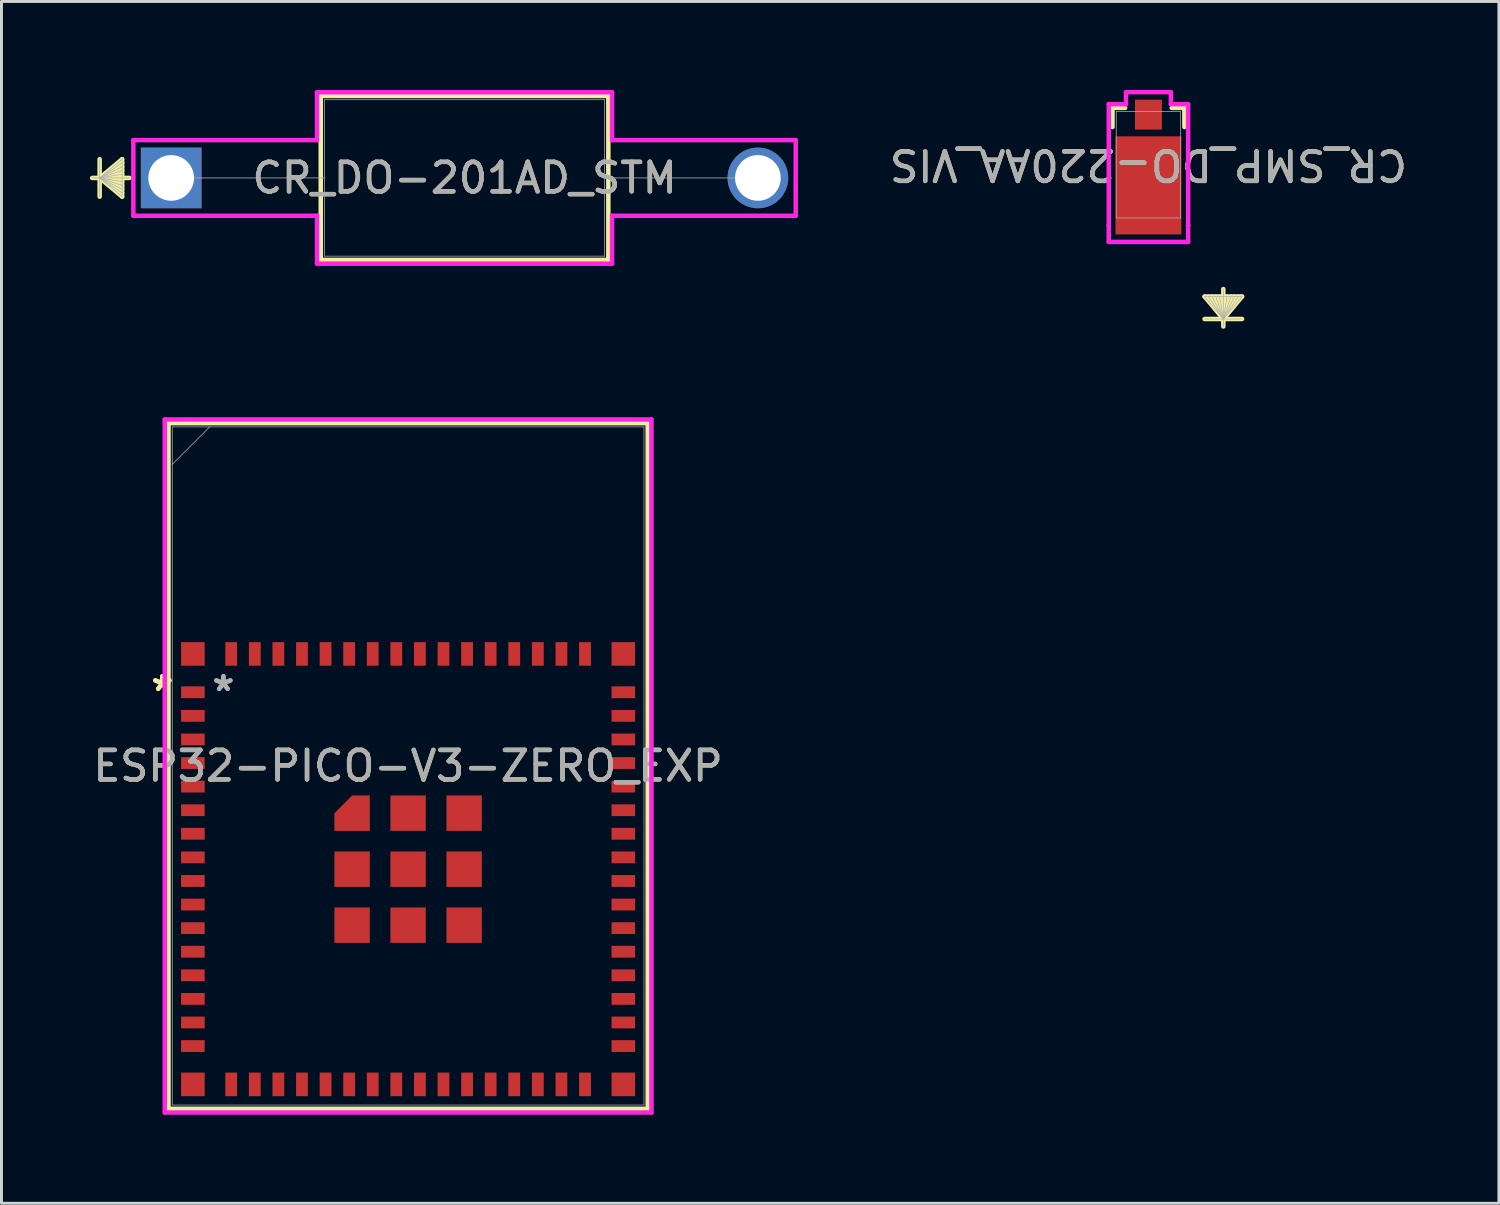
<source format=kicad_pcb>
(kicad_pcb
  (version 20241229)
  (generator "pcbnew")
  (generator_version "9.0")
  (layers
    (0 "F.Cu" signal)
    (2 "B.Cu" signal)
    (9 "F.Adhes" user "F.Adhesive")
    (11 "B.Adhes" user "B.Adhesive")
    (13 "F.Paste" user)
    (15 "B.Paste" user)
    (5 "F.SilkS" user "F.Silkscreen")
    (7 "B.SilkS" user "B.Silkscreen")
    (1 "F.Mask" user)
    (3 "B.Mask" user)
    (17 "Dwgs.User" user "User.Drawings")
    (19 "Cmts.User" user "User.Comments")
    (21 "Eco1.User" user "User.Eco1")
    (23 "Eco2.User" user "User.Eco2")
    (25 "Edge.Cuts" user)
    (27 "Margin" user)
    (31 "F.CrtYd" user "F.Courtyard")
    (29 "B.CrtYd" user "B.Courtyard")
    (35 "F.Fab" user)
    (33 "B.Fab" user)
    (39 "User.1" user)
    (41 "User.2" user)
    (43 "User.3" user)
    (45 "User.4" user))
  (footprint "CR_SMP_DO-220AA_VIS"
    (layer "F.Cu")
    (at 35.902 2.69)
    (property "Reference" "CR_SMP_DO-220AA_VIS" (at 0 -0.15 180) (unlocked yes) (layer "F.SilkS") (effects (font (size 1 1) (thickness 0.15))))
    (attr smd)
    (fp_line (start -1.219 -2.08) (end -1.219 -1.432) (stroke (width 0.152) (type solid)) (layer "F.SilkS"))
    (fp_line (start -0.79 -2.08) (end -1.219 -2.08) (stroke (width 0.152) (type solid)) (layer "F.SilkS"))
    (fp_line (start 1.219 -2.08) (end 0.79 -2.08) (stroke (width 0.152) (type solid)) (layer "F.SilkS"))
    (fp_line (start 1.219 -1.432) (end 1.219 -2.08) (stroke (width 0.152) (type solid)) (layer "F.SilkS"))
    (fp_line (start 1.905 4.318) (end 3.175 4.318) (stroke (width 0.152) (type solid)) (layer "F.SilkS"))
    (fp_line (start 1.905 5.08) (end 3.175 5.08) (stroke (width 0.152) (type solid)) (layer "F.SilkS"))
    (fp_line (start 2.54 4.064) (end 2.54 5.334) (stroke (width 0.152) (type solid)) (layer "F.SilkS"))
    (fp_line (start 2.54 5.08) (end 1.905 4.318) (stroke (width 0.152) (type solid)) (layer "F.SilkS"))
    (fp_line (start 2.54 5.08) (end 2.032 4.318) (stroke (width 0.152) (type solid)) (layer "F.SilkS"))
    (fp_line (start 2.54 5.08) (end 2.159 4.318) (stroke (width 0.152) (type solid)) (layer "F.SilkS"))
    (fp_line (start 2.54 5.08) (end 2.286 4.318) (stroke (width 0.152) (type solid)) (layer "F.SilkS"))
    (fp_line (start 2.54 5.08) (end 2.413 4.318) (stroke (width 0.152) (type solid)) (layer "F.SilkS"))
    (fp_line (start 2.54 5.08) (end 2.667 4.318) (stroke (width 0.152) (type solid)) (layer "F.SilkS"))
    (fp_line (start 2.54 5.08) (end 2.794 4.318) (stroke (width 0.152) (type solid)) (layer "F.SilkS"))
    (fp_line (start 2.54 5.08) (end 2.921 4.318) (stroke (width 0.152) (type solid)) (layer "F.SilkS"))
    (fp_line (start 2.54 5.08) (end 3.048 4.318) (stroke (width 0.152) (type solid)) (layer "F.SilkS"))
    (fp_line (start 2.54 5.08) (end 3.175 4.318) (stroke (width 0.152) (type solid)) (layer "F.SilkS"))
    (fp_line (start -1.346 -2.207) (end -0.762 -2.207) (stroke (width 0.152) (type solid)) (layer "F.CrtYd"))
    (fp_line (start -1.346 1.907) (end -1.346 -2.207) (stroke (width 0.152) (type solid)) (layer "F.CrtYd"))
    (fp_line (start -1.346 1.907) (end -1.346 1.907) (stroke (width 0.152) (type solid)) (layer "F.CrtYd"))
    (fp_line (start -1.346 2.466) (end -1.346 1.907) (stroke (width 0.152) (type solid)) (layer "F.CrtYd"))
    (fp_line (start -0.762 -2.207) (end -0.762 -2.614) (stroke (width 0.152) (type solid)) (layer "F.CrtYd"))
    (fp_line (start 0.762 -2.614) (end -0.762 -2.614) (stroke (width 0.152) (type solid)) (layer "F.CrtYd"))
    (fp_line (start 0.762 -2.207) (end 0.762 -2.614) (stroke (width 0.152) (type solid)) (layer "F.CrtYd"))
    (fp_line (start 0.762 -2.207) (end 1.346 -2.207) (stroke (width 0.152) (type solid)) (layer "F.CrtYd"))
    (fp_line (start 1.346 -2.207) (end 1.346 1.907) (stroke (width 0.152) (type solid)) (layer "F.CrtYd"))
    (fp_line (start 1.346 1.907) (end 1.346 1.907) (stroke (width 0.152) (type solid)) (layer "F.CrtYd"))
    (fp_line (start 1.346 2.466) (end -1.346 2.466) (stroke (width 0.152) (type solid)) (layer "F.CrtYd"))
    (fp_line (start 1.346 2.466) (end 1.346 1.907) (stroke (width 0.152) (type solid)) (layer "F.CrtYd"))
    (fp_line (start -1.092 -1.953) (end -1.092 1.653) (stroke (width 0.025) (type solid)) (layer "F.Fab"))
    (fp_line (start -1.092 1.653) (end 1.092 1.653) (stroke (width 0.025) (type solid)) (layer "F.Fab"))
    (fp_line (start 1.092 -1.953) (end -1.092 -1.953) (stroke (width 0.025) (type solid)) (layer "F.Fab"))
    (fp_line (start 1.092 1.653) (end 1.092 -1.953) (stroke (width 0.025) (type solid)) (layer "F.Fab"))
    (fp_line (start 1.905 4.318) (end 3.175 4.318) (stroke (width 0.025) (type solid)) (layer "F.Fab"))
    (fp_line (start 1.905 5.08) (end 3.175 5.08) (stroke (width 0.025) (type solid)) (layer "F.Fab"))
    (fp_line (start 2.54 4.064) (end 2.54 5.334) (stroke (width 0.025) (type solid)) (layer "F.Fab"))
    (fp_line (start 2.54 5.08) (end 1.905 4.318) (stroke (width 0.025) (type solid)) (layer "F.Fab"))
    (fp_line (start 2.54 5.08) (end 2.032 4.318) (stroke (width 0.025) (type solid)) (layer "F.Fab"))
    (fp_line (start 2.54 5.08) (end 2.159 4.318) (stroke (width 0.025) (type solid)) (layer "F.Fab"))
    (fp_line (start 2.54 5.08) (end 2.286 4.318) (stroke (width 0.025) (type solid)) (layer "F.Fab"))
    (fp_line (start 2.54 5.08) (end 2.413 4.318) (stroke (width 0.025) (type solid)) (layer "F.Fab"))
    (fp_line (start 2.54 5.08) (end 2.667 4.318) (stroke (width 0.025) (type solid)) (layer "F.Fab"))
    (fp_line (start 2.54 5.08) (end 2.794 4.318) (stroke (width 0.025) (type solid)) (layer "F.Fab"))
    (fp_line (start 2.54 5.08) (end 2.921 4.318) (stroke (width 0.025) (type solid)) (layer "F.Fab"))
    (fp_line (start 2.54 5.08) (end 3.048 4.318) (stroke (width 0.025) (type solid)) (layer "F.Fab"))
    (fp_line (start 2.54 5.08) (end 3.175 4.318) (stroke (width 0.025) (type solid)) (layer "F.Fab"))
    (fp_text user "${REFERENCE}" (at 0 -0.15 180) (unlocked yes) (layer "F.Fab") (effects (font (size 1 1) (thickness 0.15))))
    (pad "1" smd rect (at 0 -1.852 270) (size 1.016 0.914) (layers "F.Cu" "F.Mask" "F.Paste"))
    (pad "2" smd rect (at 0 0.548 270) (size 3.327 2.235) (layers "F.Cu" "F.Mask" "F.Paste")))
  (footprint "CR_DO-201AD_STM"
    (layer "F.Cu")
    (at 2.756 2.985)
    (property "Reference" "CR_DO-201AD_STM" (at 9.95 0 0) (unlocked yes) (layer "F.SilkS") (effects (font (size 1 1) (thickness 0.15))))
    (attr through_hole)
    (fp_line (start -2.426 -0.635) (end -2.426 0.635) (stroke (width 0.152) (type solid)) (layer "F.SilkS"))
    (fp_line (start -2.426 0) (end -1.664 -0.635) (stroke (width 0.152) (type solid)) (layer "F.SilkS"))
    (fp_line (start -2.426 0) (end -1.664 -0.508) (stroke (width 0.152) (type solid)) (layer "F.SilkS"))
    (fp_line (start -2.426 0) (end -1.664 -0.381) (stroke (width 0.152) (type solid)) (layer "F.SilkS"))
    (fp_line (start -2.426 0) (end -1.664 -0.254) (stroke (width 0.152) (type solid)) (layer "F.SilkS"))
    (fp_line (start -2.426 0) (end -1.664 -0.127) (stroke (width 0.152) (type solid)) (layer "F.SilkS"))
    (fp_line (start -2.426 0) (end -1.664 0.127) (stroke (width 0.152) (type solid)) (layer "F.SilkS"))
    (fp_line (start -2.426 0) (end -1.664 0.254) (stroke (width 0.152) (type solid)) (layer "F.SilkS"))
    (fp_line (start -2.426 0) (end -1.664 0.381) (stroke (width 0.152) (type solid)) (layer "F.SilkS"))
    (fp_line (start -2.426 0) (end -1.664 0.508) (stroke (width 0.152) (type solid)) (layer "F.SilkS"))
    (fp_line (start -2.426 0) (end -1.664 0.635) (stroke (width 0.152) (type solid)) (layer "F.SilkS"))
    (fp_line (start -1.664 -0.635) (end -1.664 0.635) (stroke (width 0.152) (type solid)) (layer "F.SilkS"))
    (fp_line (start -1.41 0) (end -2.68 0) (stroke (width 0.152) (type solid)) (layer "F.SilkS"))
    (fp_line (start 5.073 -2.781) (end 5.073 2.781) (stroke (width 0.152) (type solid)) (layer "F.SilkS"))
    (fp_line (start 5.073 2.781) (end 14.827 2.781) (stroke (width 0.152) (type solid)) (layer "F.SilkS"))
    (fp_line (start 14.827 -2.781) (end 5.073 -2.781) (stroke (width 0.152) (type solid)) (layer "F.SilkS"))
    (fp_line (start 14.827 2.781) (end 14.827 -2.781) (stroke (width 0.152) (type solid)) (layer "F.SilkS"))
    (fp_line (start -1.283 -1.283) (end 4.946 -1.283) (stroke (width 0.152) (type solid)) (layer "F.CrtYd"))
    (fp_line (start -1.283 1.283) (end -1.283 -1.283) (stroke (width 0.152) (type solid)) (layer "F.CrtYd"))
    (fp_line (start 4.946 -2.908) (end 14.954 -2.908) (stroke (width 0.152) (type solid)) (layer "F.CrtYd"))
    (fp_line (start 4.946 -1.283) (end 4.946 -2.908) (stroke (width 0.152) (type solid)) (layer "F.CrtYd"))
    (fp_line (start 4.946 1.283) (end -1.283 1.283) (stroke (width 0.152) (type solid)) (layer "F.CrtYd"))
    (fp_line (start 4.946 2.908) (end 4.946 1.283) (stroke (width 0.152) (type solid)) (layer "F.CrtYd"))
    (fp_line (start 14.954 -2.908) (end 14.954 -1.283) (stroke (width 0.152) (type solid)) (layer "F.CrtYd"))
    (fp_line (start 14.954 -1.283) (end 21.183 -1.283) (stroke (width 0.152) (type solid)) (layer "F.CrtYd"))
    (fp_line (start 14.954 1.283) (end 14.954 2.908) (stroke (width 0.152) (type solid)) (layer "F.CrtYd"))
    (fp_line (start 14.954 2.908) (end 4.946 2.908) (stroke (width 0.152) (type solid)) (layer "F.CrtYd"))
    (fp_line (start 21.183 -1.283) (end 21.183 1.283) (stroke (width 0.152) (type solid)) (layer "F.CrtYd"))
    (fp_line (start 21.183 1.283) (end 14.954 1.283) (stroke (width 0.152) (type solid)) (layer "F.CrtYd"))
    (fp_line (start -2.426 -0.635) (end -2.426 0.635) (stroke (width 0.025) (type solid)) (layer "F.Fab"))
    (fp_line (start -2.426 0) (end -1.664 -0.635) (stroke (width 0.025) (type solid)) (layer "F.Fab"))
    (fp_line (start -2.426 0) (end -1.664 -0.508) (stroke (width 0.025) (type solid)) (layer "F.Fab"))
    (fp_line (start -2.426 0) (end -1.664 -0.381) (stroke (width 0.025) (type solid)) (layer "F.Fab"))
    (fp_line (start -2.426 0) (end -1.664 -0.254) (stroke (width 0.025) (type solid)) (layer "F.Fab"))
    (fp_line (start -2.426 0) (end -1.664 -0.127) (stroke (width 0.025) (type solid)) (layer "F.Fab"))
    (fp_line (start -2.426 0) (end -1.664 0.127) (stroke (width 0.025) (type solid)) (layer "F.Fab"))
    (fp_line (start -2.426 0) (end -1.664 0.254) (stroke (width 0.025) (type solid)) (layer "F.Fab"))
    (fp_line (start -2.426 0) (end -1.664 0.381) (stroke (width 0.025) (type solid)) (layer "F.Fab"))
    (fp_line (start -2.426 0) (end -1.664 0.508) (stroke (width 0.025) (type solid)) (layer "F.Fab"))
    (fp_line (start -2.426 0) (end -1.664 0.635) (stroke (width 0.025) (type solid)) (layer "F.Fab"))
    (fp_line (start -1.664 -0.635) (end -1.664 0.635) (stroke (width 0.025) (type solid)) (layer "F.Fab"))
    (fp_line (start -1.41 0) (end -2.68 0) (stroke (width 0.025) (type solid)) (layer "F.Fab"))
    (fp_line (start 0 0) (end 5.2 0) (stroke (width 0.025) (type solid)) (layer "F.Fab"))
    (fp_line (start 5.2 -2.654) (end 5.2 2.654) (stroke (width 0.025) (type solid)) (layer "F.Fab"))
    (fp_line (start 5.2 2.654) (end 14.7 2.654) (stroke (width 0.025) (type solid)) (layer "F.Fab"))
    (fp_line (start 14.7 -2.654) (end 5.2 -2.654) (stroke (width 0.025) (type solid)) (layer "F.Fab"))
    (fp_line (start 14.7 2.654) (end 14.7 -2.654) (stroke (width 0.025) (type solid)) (layer "F.Fab"))
    (fp_line (start 19.9 0) (end 14.7 0) (stroke (width 0.025) (type solid)) (layer "F.Fab"))
    (fp_text user "${REFERENCE}" (at 9.95 0 0) (unlocked yes) (layer "F.Fab") (effects (font (size 1 1) (thickness 0.15))))
    (pad "1" thru_hole rect (at 0 0) (size 2.057 2.057) (drill 1.549) (layers "*.Cu" "*.Mask"))
    (pad "2" thru_hole circle (at 19.9 0) (size 2.057 2.057) (drill 1.549) (layers "*.Cu" "*.Mask")))
  (footprint "ESP32-PICO-V3-ZERO_EXP"
    (layer "F.Cu")
    (at 10.792 22.93)
    (property "Reference" "ESP32-PICO-V3-ZERO_EXP" (at 0 0 0) (unlocked yes) (layer "F.SilkS") (effects (font (size 1 1) (thickness 0.15))))
    (attr smd)
    (fp_poly (pts (xy -1.9 1) (xy -1.3 1) (xy -1.3 2.2) (xy -2.5 2.2) (xy -2.5 1.6)) (stroke (width 0) (type solid)) (fill yes) (layer "F.Cu"))
    (fp_poly (pts (xy -1.9 1) (xy -1.3 1) (xy -1.3 2.2) (xy -2.5 2.2) (xy -2.5 1.6)) (stroke (width 0) (type solid)) (fill yes) (layer "F.Mask"))
    (fp_line (start -8.127 -11.627) (end 8.127 -11.627) (stroke (width 0.152) (type solid)) (layer "F.SilkS"))
    (fp_line (start -8.127 11.627) (end -8.127 -11.627) (stroke (width 0.152) (type solid)) (layer "F.SilkS"))
    (fp_line (start 8.127 -11.627) (end 8.127 11.627) (stroke (width 0.152) (type solid)) (layer "F.SilkS"))
    (fp_line (start 8.127 11.627) (end -8.127 11.627) (stroke (width 0.152) (type solid)) (layer "F.SilkS"))
    (fp_poly (pts (xy -1.9 1) (xy -1.3 1) (xy -1.3 2.2) (xy -2.5 2.2) (xy -2.5 1.6)) (stroke (width 0) (type solid)) (fill yes) (layer "F.Paste"))
    (fp_line (start -8.254 -11.754) (end -8.254 11.754) (stroke (width 0.152) (type solid)) (layer "F.CrtYd"))
    (fp_line (start -8.254 11.754) (end 8.254 11.754) (stroke (width 0.152) (type solid)) (layer "F.CrtYd"))
    (fp_line (start 8.254 -11.754) (end -8.254 -11.754) (stroke (width 0.152) (type solid)) (layer "F.CrtYd"))
    (fp_line (start 8.254 11.754) (end 8.254 -11.754) (stroke (width 0.152) (type solid)) (layer "F.CrtYd"))
    (fp_line (start -8 -11.5) (end -8 11.5) (stroke (width 0.025) (type solid)) (layer "F.Fab"))
    (fp_line (start -8 -10.23) (end -6.73 -11.5) (stroke (width 0.025) (type solid)) (layer "F.Fab"))
    (fp_line (start -8 11.5) (end 8 11.5) (stroke (width 0.025) (type solid)) (layer "F.Fab"))
    (fp_line (start 8 -11.5) (end -8 -11.5) (stroke (width 0.025) (type solid)) (layer "F.Fab"))
    (fp_line (start 8 11.5) (end 8 -11.5) (stroke (width 0.025) (type solid)) (layer "F.Fab"))
    (fp_text user "*" (at -8.335 -2.5 0) (layer "F.SilkS") (effects (font (size 1 1) (thickness 0.15))))
    (fp_text user "*" (at -8.335 -2.5 0) (unlocked yes) (layer "F.SilkS") (effects (font (size 1 1) (thickness 0.15))))
    (fp_text user "*" (at -6.265 -2.5 0) (layer "F.Fab") (effects (font (size 1 1) (thickness 0.15))))
    (fp_text user "*" (at -6.265 -2.5 0) (unlocked yes) (layer "F.Fab") (effects (font (size 1 1) (thickness 0.15))))
    (fp_text user "${REFERENCE}" (at 0 0 0) (unlocked yes) (layer "F.Fab") (effects (font (size 1 1) (thickness 0.15))))
    (pad "1" smd rect (at -7.3 -2.5) (size 0.8 0.4) (layers "F.Cu" "F.Mask" "F.Paste"))
    (pad "2" smd rect (at -7.3 -1.7) (size 0.8 0.4) (layers "F.Cu" "F.Mask" "F.Paste"))
    (pad "3" smd rect (at -7.3 -0.9) (size 0.8 0.4) (layers "F.Cu" "F.Mask" "F.Paste"))
    (pad "4" smd rect (at -7.3 -0.1) (size 0.8 0.4) (layers "F.Cu" "F.Mask" "F.Paste"))
    (pad "5" smd rect (at -7.3 0.7) (size 0.8 0.4) (layers "F.Cu" "F.Mask" "F.Paste"))
    (pad "6" smd rect (at -7.3 1.5) (size 0.8 0.4) (layers "F.Cu" "F.Mask" "F.Paste"))
    (pad "7" smd rect (at -7.3 2.3) (size 0.8 0.4) (layers "F.Cu" "F.Mask" "F.Paste"))
    (pad "8" smd rect (at -7.3 3.1) (size 0.8 0.4) (layers "F.Cu" "F.Mask" "F.Paste"))
    (pad "9" smd rect (at -7.3 3.9) (size 0.8 0.4) (layers "F.Cu" "F.Mask" "F.Paste"))
    (pad "10" smd rect (at -7.3 4.7) (size 0.8 0.4) (layers "F.Cu" "F.Mask" "F.Paste"))
    (pad "11" smd rect (at -7.3 5.5) (size 0.8 0.4) (layers "F.Cu" "F.Mask" "F.Paste"))
    (pad "12" smd rect (at -7.3 6.3) (size 0.8 0.4) (layers "F.Cu" "F.Mask" "F.Paste"))
    (pad "13" smd rect (at -7.3 7.1) (size 0.8 0.4) (layers "F.Cu" "F.Mask" "F.Paste"))
    (pad "14" smd rect (at -7.3 7.9) (size 0.8 0.4) (layers "F.Cu" "F.Mask" "F.Paste"))
    (pad "15" smd rect (at -7.3 8.7) (size 0.8 0.4) (layers "F.Cu" "F.Mask" "F.Paste"))
    (pad "16" smd rect (at -7.3 9.5) (size 0.8 0.4) (layers "F.Cu" "F.Mask" "F.Paste"))
    (pad "17" smd rect (at -6 10.8 90) (size 0.8 0.4) (layers "F.Cu" "F.Mask" "F.Paste"))
    (pad "18" smd rect (at -5.2 10.8 90) (size 0.8 0.4) (layers "F.Cu" "F.Mask" "F.Paste"))
    (pad "19" smd rect (at -4.4 10.8 90) (size 0.8 0.4) (layers "F.Cu" "F.Mask" "F.Paste"))
    (pad "20" smd rect (at -3.6 10.8 90) (size 0.8 0.4) (layers "F.Cu" "F.Mask" "F.Paste"))
    (pad "21" smd rect (at -2.8 10.8 90) (size 0.8 0.4) (layers "F.Cu" "F.Mask" "F.Paste"))
    (pad "22" smd rect (at -2 10.8 90) (size 0.8 0.4) (layers "F.Cu" "F.Mask" "F.Paste"))
    (pad "23" smd rect (at -1.2 10.8 90) (size 0.8 0.4) (layers "F.Cu" "F.Mask" "F.Paste"))
    (pad "24" smd rect (at -0.4 10.8 90) (size 0.8 0.4) (layers "F.Cu" "F.Mask" "F.Paste"))
    (pad "25" smd rect (at 0.4 10.8 90) (size 0.8 0.4) (layers "F.Cu" "F.Mask" "F.Paste"))
    (pad "26" smd rect (at 1.2 10.8 90) (size 0.8 0.4) (layers "F.Cu" "F.Mask" "F.Paste"))
    (pad "27" smd rect (at 2 10.8 90) (size 0.8 0.4) (layers "F.Cu" "F.Mask" "F.Paste"))
    (pad "28" smd rect (at 2.8 10.8 90) (size 0.8 0.4) (layers "F.Cu" "F.Mask" "F.Paste"))
    (pad "29" smd rect (at 3.6 10.8 90) (size 0.8 0.4) (layers "F.Cu" "F.Mask" "F.Paste"))
    (pad "30" smd rect (at 4.4 10.8 90) (size 0.8 0.4) (layers "F.Cu" "F.Mask" "F.Paste"))
    (pad "31" smd rect (at 5.2 10.8 90) (size 0.8 0.4) (layers "F.Cu" "F.Mask" "F.Paste"))
    (pad "32" smd rect (at 6 10.8 90) (size 0.8 0.4) (layers "F.Cu" "F.Mask" "F.Paste"))
    (pad "33" smd rect (at 7.3 9.5) (size 0.8 0.4) (layers "F.Cu" "F.Mask" "F.Paste"))
    (pad "34" smd rect (at 7.3 8.7) (size 0.8 0.4) (layers "F.Cu" "F.Mask" "F.Paste"))
    (pad "35" smd rect (at 7.3 7.9) (size 0.8 0.4) (layers "F.Cu" "F.Mask" "F.Paste"))
    (pad "36" smd rect (at 7.3 7.1) (size 0.8 0.4) (layers "F.Cu" "F.Mask" "F.Paste"))
    (pad "37" smd rect (at 7.3 6.3) (size 0.8 0.4) (layers "F.Cu" "F.Mask" "F.Paste"))
    (pad "38" smd rect (at 7.3 5.5) (size 0.8 0.4) (layers "F.Cu" "F.Mask" "F.Paste"))
    (pad "39" smd rect (at 7.3 4.7) (size 0.8 0.4) (layers "F.Cu" "F.Mask" "F.Paste"))
    (pad "40" smd rect (at 7.3 3.9) (size 0.8 0.4) (layers "F.Cu" "F.Mask" "F.Paste"))
    (pad "41" smd rect (at 7.3 3.1) (size 0.8 0.4) (layers "F.Cu" "F.Mask" "F.Paste"))
    (pad "42" smd rect (at 7.3 2.3) (size 0.8 0.4) (layers "F.Cu" "F.Mask" "F.Paste"))
    (pad "43" smd rect (at 7.3 1.5) (size 0.8 0.4) (layers "F.Cu" "F.Mask" "F.Paste"))
    (pad "44" smd rect (at 7.3 0.7) (size 0.8 0.4) (layers "F.Cu" "F.Mask" "F.Paste"))
    (pad "45" smd rect (at 7.3 -0.1) (size 0.8 0.4) (layers "F.Cu" "F.Mask" "F.Paste"))
    (pad "46" smd rect (at 7.3 -0.9) (size 0.8 0.4) (layers "F.Cu" "F.Mask" "F.Paste"))
    (pad "47" smd rect (at 7.3 -1.7) (size 0.8 0.4) (layers "F.Cu" "F.Mask" "F.Paste"))
    (pad "48" smd rect (at 7.3 -2.5) (size 0.8 0.4) (layers "F.Cu" "F.Mask" "F.Paste"))
    (pad "49" smd rect (at 6 -3.8 90) (size 0.8 0.4) (layers "F.Cu" "F.Mask" "F.Paste"))
    (pad "50" smd rect (at 5.2 -3.8 90) (size 0.8 0.4) (layers "F.Cu" "F.Mask" "F.Paste"))
    (pad "51" smd rect (at 4.4 -3.8 90) (size 0.8 0.4) (layers "F.Cu" "F.Mask" "F.Paste"))
    (pad "52" smd rect (at 3.6 -3.8 90) (size 0.8 0.4) (layers "F.Cu" "F.Mask" "F.Paste"))
    (pad "53" smd rect (at 2.8 -3.8 90) (size 0.8 0.4) (layers "F.Cu" "F.Mask" "F.Paste"))
    (pad "54" smd rect (at 2 -3.8 90) (size 0.8 0.4) (layers "F.Cu" "F.Mask" "F.Paste"))
    (pad "55" smd rect (at 1.2 -3.8 90) (size 0.8 0.4) (layers "F.Cu" "F.Mask" "F.Paste"))
    (pad "56" smd rect (at 0.4 -3.8 90) (size 0.8 0.4) (layers "F.Cu" "F.Mask" "F.Paste"))
    (pad "57" smd rect (at -0.4 -3.8 90) (size 0.8 0.4) (layers "F.Cu" "F.Mask" "F.Paste"))
    (pad "58" smd rect (at -1.2 -3.8 90) (size 0.8 0.4) (layers "F.Cu" "F.Mask" "F.Paste"))
    (pad "59" smd rect (at -2 -3.8 90) (size 0.8 0.4) (layers "F.Cu" "F.Mask" "F.Paste"))
    (pad "60" smd rect (at -2.8 -3.8 90) (size 0.8 0.4) (layers "F.Cu" "F.Mask" "F.Paste"))
    (pad "61" smd rect (at -3.6 -3.8 90) (size 0.8 0.4) (layers "F.Cu" "F.Mask" "F.Paste"))
    (pad "62" smd rect (at -4.4 -3.8 90) (size 0.8 0.4) (layers "F.Cu" "F.Mask" "F.Paste"))
    (pad "63" smd rect (at -5.2 -3.8 90) (size 0.8 0.4) (layers "F.Cu" "F.Mask" "F.Paste"))
    (pad "64" smd rect (at -6 -3.8 90) (size 0.8 0.4) (layers "F.Cu" "F.Mask" "F.Paste"))
    (pad "65" smd rect (at -7.3 -3.8 90) (size 0.8 0.8) (layers "F.Cu" "F.Mask" "F.Paste"))
    (pad "66" smd rect (at -7.3 10.8 90) (size 0.8 0.8) (layers "F.Cu" "F.Mask" "F.Paste"))
    (pad "67" smd rect (at 7.3 10.8 90) (size 0.8 0.8) (layers "F.Cu" "F.Mask" "F.Paste"))
    (pad "68" smd rect (at 7.3 -3.8 90) (size 0.8 0.8) (layers "F.Cu" "F.Mask" "F.Paste"))
    (pad "69" smd rect (at -1.9 1.6) (size 0.127 0.127) (layers "F.Cu" "F.Mask" "F.Paste"))
    (pad "70" smd rect (at 0 1.6) (size 1.2 1.2) (layers "F.Cu" "F.Mask" "F.Paste"))
    (pad "71" smd rect (at 1.9 1.6) (size 1.2 1.2) (layers "F.Cu" "F.Mask" "F.Paste"))
    (pad "72" smd rect (at -1.9 3.5) (size 1.2 1.2) (layers "F.Cu" "F.Mask" "F.Paste"))
    (pad "73" smd rect (at 0 3.5) (size 1.2 1.2) (layers "F.Cu" "F.Mask" "F.Paste"))
    (pad "74" smd rect (at 1.9 3.5) (size 1.2 1.2) (layers "F.Cu" "F.Mask" "F.Paste"))
    (pad "75" smd rect (at -1.9 5.4) (size 1.2 1.2) (layers "F.Cu" "F.Mask" "F.Paste"))
    (pad "76" smd rect (at 0 5.4) (size 1.2 1.2) (layers "F.Cu" "F.Mask" "F.Paste"))
    (pad "77" smd rect (at 1.9 5.4) (size 1.2 1.2) (layers "F.Cu" "F.Mask" "F.Paste"))
    (zone (net_name "") (layer "F.Cu") (hatch full 0.508) (connect_pads) (min_thickness 0.254) (filled_areas_thickness no) (keepout (tracks not_allowed) (vias not_allowed) (pads allowed) (copperpour not_allowed) (footprints allowed)) (placement (enabled no)) (fill) (polygon (pts (xy 2.792 11.43) (xy 18.792 11.43) (xy 18.792 18.43) (xy 2.792 18.43)))))
  (gr_rect
    (start -3 -3)
    (end 47.789 37.761)
    (stroke (width 0.1) (type default))
    (fill no)
    (layer "Edge.Cuts")))
</source>
